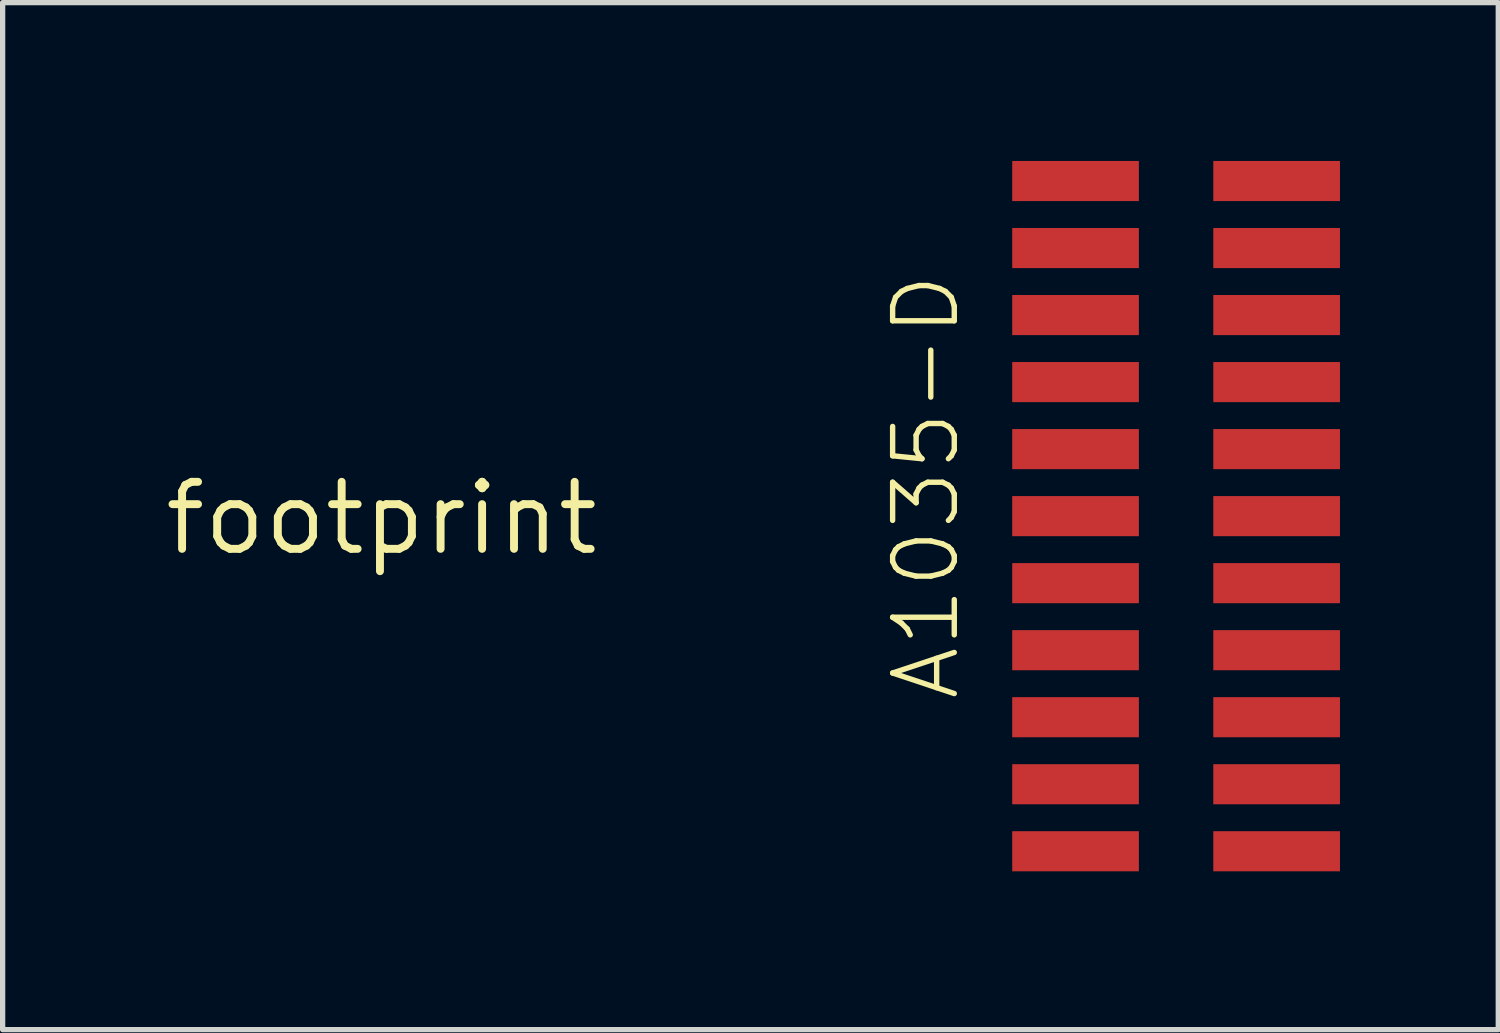
<source format=kicad_pcb>
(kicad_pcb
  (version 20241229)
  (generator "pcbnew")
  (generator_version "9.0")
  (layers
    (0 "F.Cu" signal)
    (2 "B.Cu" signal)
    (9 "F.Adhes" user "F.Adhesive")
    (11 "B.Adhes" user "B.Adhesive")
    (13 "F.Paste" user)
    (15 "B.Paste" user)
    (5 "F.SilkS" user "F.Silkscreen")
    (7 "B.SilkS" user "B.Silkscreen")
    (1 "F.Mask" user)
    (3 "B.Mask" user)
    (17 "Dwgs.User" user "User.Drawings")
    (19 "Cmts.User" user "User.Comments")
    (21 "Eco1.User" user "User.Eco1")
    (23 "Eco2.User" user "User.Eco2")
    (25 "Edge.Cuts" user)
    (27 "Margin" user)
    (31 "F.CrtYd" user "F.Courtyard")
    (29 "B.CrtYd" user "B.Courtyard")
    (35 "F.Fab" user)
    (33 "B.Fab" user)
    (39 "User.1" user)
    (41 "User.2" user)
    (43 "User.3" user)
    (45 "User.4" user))
  (footprint "footprint"
    (layer "F.Cu")
    (at 4.18 6.77)
    (property "Reference" "footprint" (at 0 0 0) (layer "F.SilkS") (effects (font (size 1.27 1.27) (thickness 0.15))))
    (fp_text user "A1035-D" (at 11 3.5 90) (layer "F.SilkS") (effects (font (size 1.168 1.168) (thickness 0.102)) (justify left bottom)))
    (pad "#RST" smd rect (at 16.96 -6.39 270) (size 0.76 2.4) (layers "F.Cu" "F.Mask" "F.Paste"))
    (pad "BOOT" smd rect (at 13.15 3.77 90) (size 0.76 2.4) (layers "F.Cu" "F.Mask" "F.Paste"))
    (pad "GND" smd rect (at 13.15 -1.31 90) (size 0.76 2.4) (layers "F.Cu" "F.Mask" "F.Paste"))
    (pad "ON_OFF" smd rect (at 13.15 6.31 90) (size 0.76 2.4) (layers "F.Cu" "F.Mask" "F.Paste"))
    (pad "P$10" smd rect (at 13.15 5.04 90) (size 0.76 2.4) (layers "F.Cu" "F.Mask" "F.Paste"))
    (pad "P$12" smd rect (at 16.96 6.31 270) (size 0.76 2.4) (layers "F.Cu" "F.Mask" "F.Paste"))
    (pad "P$13" smd rect (at 16.96 5.04 270) (size 0.76 2.4) (layers "F.Cu" "F.Mask" "F.Paste"))
    (pad "P$14" smd rect (at 16.96 3.77 270) (size 0.76 2.4) (layers "F.Cu" "F.Mask" "F.Paste"))
    (pad "P$15" smd rect (at 16.96 2.5 270) (size 0.76 2.4) (layers "F.Cu" "F.Mask" "F.Paste"))
    (pad "P$16" smd rect (at 16.96 1.23 270) (size 0.76 2.4) (layers "F.Cu" "F.Mask" "F.Paste"))
    (pad "P$18" smd rect (at 16.96 -1.31 270) (size 0.76 2.4) (layers "F.Cu" "F.Mask" "F.Paste"))
    (pad "P$19" smd rect (at 16.96 -2.58 270) (size 0.76 2.4) (layers "F.Cu" "F.Mask" "F.Paste"))
    (pad "P$21" smd rect (at 16.96 -5.12 270) (size 0.76 2.4) (layers "F.Cu" "F.Mask" "F.Paste"))
    (pad "PPS" smd rect (at 13.15 -6.39 90) (size 0.76 2.4) (layers "F.Cu" "F.Mask" "F.Paste"))
    (pad "RFPWUP" smd rect (at 16.96 -3.85 270) (size 0.76 2.4) (layers "F.Cu" "F.Mask" "F.Paste"))
    (pad "RX0" smd rect (at 13.15 -3.85 90) (size 0.76 2.4) (layers "F.Cu" "F.Mask" "F.Paste"))
    (pad "RX1" smd rect (at 13.15 1.23 90) (size 0.76 2.4) (layers "F.Cu" "F.Mask" "F.Paste"))
    (pad "TX0" smd rect (at 13.15 -5.12 90) (size 0.76 2.4) (layers "F.Cu" "F.Mask" "F.Paste"))
    (pad "TX1" smd rect (at 13.15 2.5 90) (size 0.76 2.4) (layers "F.Cu" "F.Mask" "F.Paste"))
    (pad "VBAK" smd rect (at 13.15 -0.04 90) (size 0.76 2.4) (layers "F.Cu" "F.Mask" "F.Paste"))
    (pad "VBAK2" smd rect (at 16.96 -0.04 270) (size 0.76 2.4) (layers "F.Cu" "F.Mask" "F.Paste"))
    (pad "VCC" smd rect (at 13.15 -2.58 90) (size 0.76 2.4) (layers "F.Cu" "F.Mask" "F.Paste")))
  (gr_rect
    (start -3 -3)
    (end 25.34 16.46)
    (stroke (width 0.1) (type default))
    (fill no)
    (layer "Edge.Cuts")))
</source>
